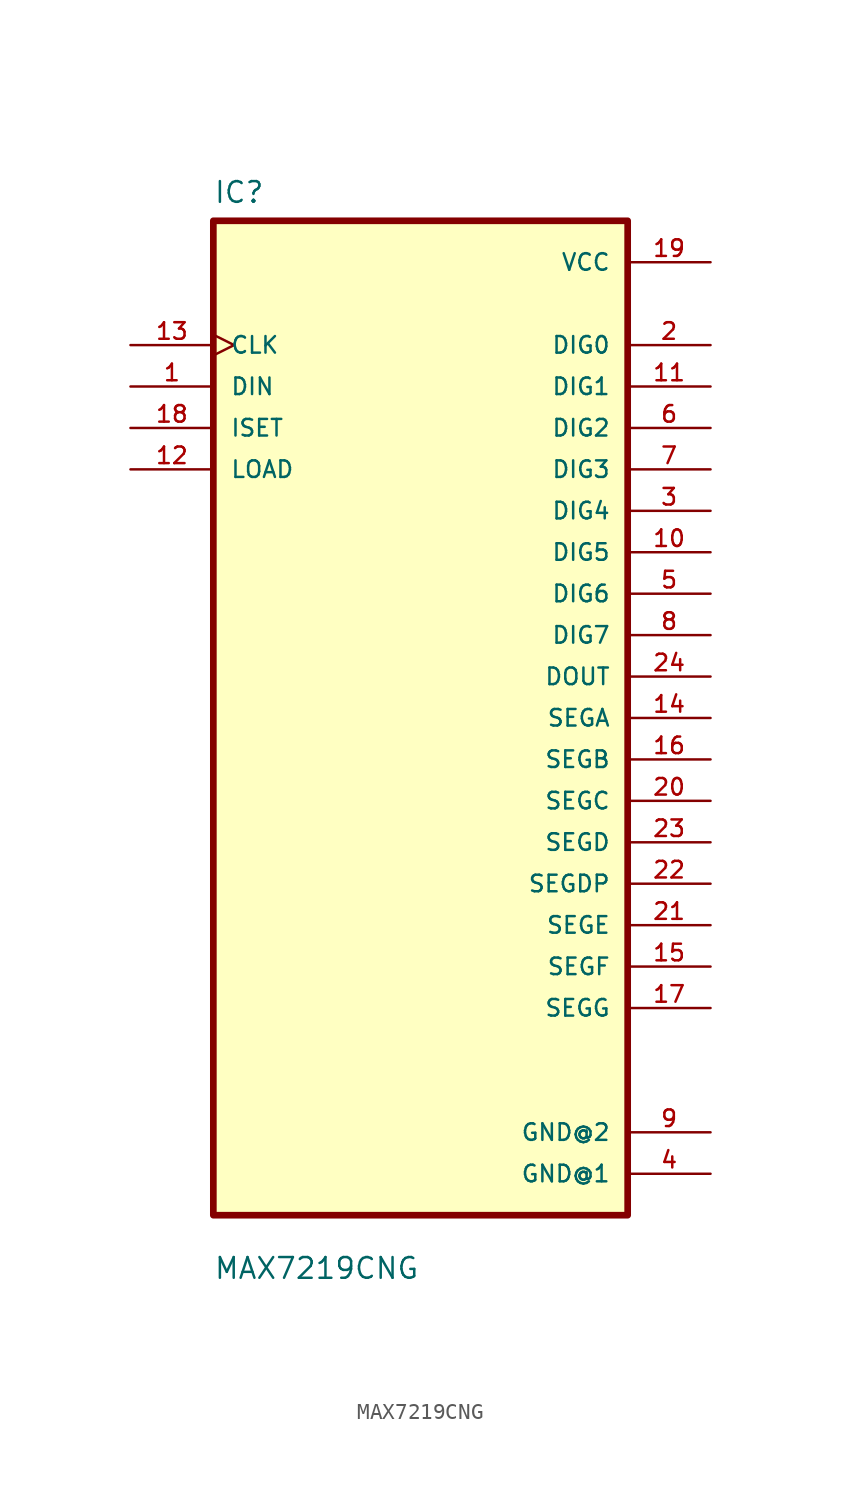
<source format=kicad_sym>
(kicad_symbol_lib
  (version 20211014)
  (generator kicad_symbol_editor)
  (symbol "MAX7219CNG"
    (pin_names
      (offset 1.016))
    (property "Reference" "IC"
      (at -12.7 31.48 0.0)
      (effects (font (size 1.27 1.27)) (justify bottom left)))
    (property "Value" "MAX7219CNG"
      (at -12.7 -34.48 0.0)
      (effects (font (size 1.27 1.27)) (justify bottom left)))
    (symbol "MAX7219CNG_0_0"
      (rectangle (start -12.7 -30.48) (end 12.7 30.48) (stroke (width 0.41)) (fill (type background)))
      (pin input clock (at -17.78 22.86 0) (length 5.08) (name "CLK" (effects (font (size 1.016 1.016)))) (number "13" (effects (font (size 1.016 1.016)))))
      (pin input line (at -17.78 20.32 0) (length 5.08) (name "DIN" (effects (font (size 1.016 1.016)))) (number "1" (effects (font (size 1.016 1.016)))))
      (pin input line (at -17.78 17.78 0) (length 5.08) (name "ISET" (effects (font (size 1.016 1.016)))) (number "18" (effects (font (size 1.016 1.016)))))
      (pin input line (at -17.78 15.24 0) (length 5.08) (name "LOAD" (effects (font (size 1.016 1.016)))) (number "12" (effects (font (size 1.016 1.016)))))
      (pin power_in line (at 17.78 27.94 180.0) (length 5.08) (name "VCC" (effects (font (size 1.016 1.016)))) (number "19" (effects (font (size 1.016 1.016)))))
      (pin output line (at 17.78 22.86 180.0) (length 5.08) (name "DIG0" (effects (font (size 1.016 1.016)))) (number "2" (effects (font (size 1.016 1.016)))))
      (pin output line (at 17.78 20.32 180.0) (length 5.08) (name "DIG1" (effects (font (size 1.016 1.016)))) (number "11" (effects (font (size 1.016 1.016)))))
      (pin output line (at 17.78 17.78 180.0) (length 5.08) (name "DIG2" (effects (font (size 1.016 1.016)))) (number "6" (effects (font (size 1.016 1.016)))))
      (pin output line (at 17.78 15.24 180.0) (length 5.08) (name "DIG3" (effects (font (size 1.016 1.016)))) (number "7" (effects (font (size 1.016 1.016)))))
      (pin output line (at 17.78 12.7 180.0) (length 5.08) (name "DIG4" (effects (font (size 1.016 1.016)))) (number "3" (effects (font (size 1.016 1.016)))))
      (pin output line (at 17.78 10.16 180.0) (length 5.08) (name "DIG5" (effects (font (size 1.016 1.016)))) (number "10" (effects (font (size 1.016 1.016)))))
      (pin output line (at 17.78 7.62 180.0) (length 5.08) (name "DIG6" (effects (font (size 1.016 1.016)))) (number "5" (effects (font (size 1.016 1.016)))))
      (pin output line (at 17.78 5.08 180.0) (length 5.08) (name "DIG7" (effects (font (size 1.016 1.016)))) (number "8" (effects (font (size 1.016 1.016)))))
      (pin output line (at 17.78 2.54 180.0) (length 5.08) (name "DOUT" (effects (font (size 1.016 1.016)))) (number "24" (effects (font (size 1.016 1.016)))))
      (pin output line (at 17.78 3.55271e-15 180.0) (length 5.08) (name "SEGA" (effects (font (size 1.016 1.016)))) (number "14" (effects (font (size 1.016 1.016)))))
      (pin output line (at 17.78 -2.54 180.0) (length 5.08) (name "SEGB" (effects (font (size 1.016 1.016)))) (number "16" (effects (font (size 1.016 1.016)))))
      (pin output line (at 17.78 -5.08 180.0) (length 5.08) (name "SEGC" (effects (font (size 1.016 1.016)))) (number "20" (effects (font (size 1.016 1.016)))))
      (pin output line (at 17.78 -7.62 180.0) (length 5.08) (name "SEGD" (effects (font (size 1.016 1.016)))) (number "23" (effects (font (size 1.016 1.016)))))
      (pin output line (at 17.78 -10.16 180.0) (length 5.08) (name "SEGDP" (effects (font (size 1.016 1.016)))) (number "22" (effects (font (size 1.016 1.016)))))
      (pin output line (at 17.78 -12.7 180.0) (length 5.08) (name "SEGE" (effects (font (size 1.016 1.016)))) (number "21" (effects (font (size 1.016 1.016)))))
      (pin output line (at 17.78 -15.24 180.0) (length 5.08) (name "SEGF" (effects (font (size 1.016 1.016)))) (number "15" (effects (font (size 1.016 1.016)))))
      (pin output line (at 17.78 -17.78 180.0) (length 5.08) (name "SEGG" (effects (font (size 1.016 1.016)))) (number "17" (effects (font (size 1.016 1.016)))))
      (pin power_in line (at 17.78 -25.4 180.0) (length 5.08) (name "GND@2" (effects (font (size 1.016 1.016)))) (number "9" (effects (font (size 1.016 1.016)))))
      (pin power_in line (at 17.78 -27.94 180.0) (length 5.08) (name "GND@1" (effects (font (size 1.016 1.016)))) (number "4" (effects (font (size 1.016 1.016))))))))
</source>
